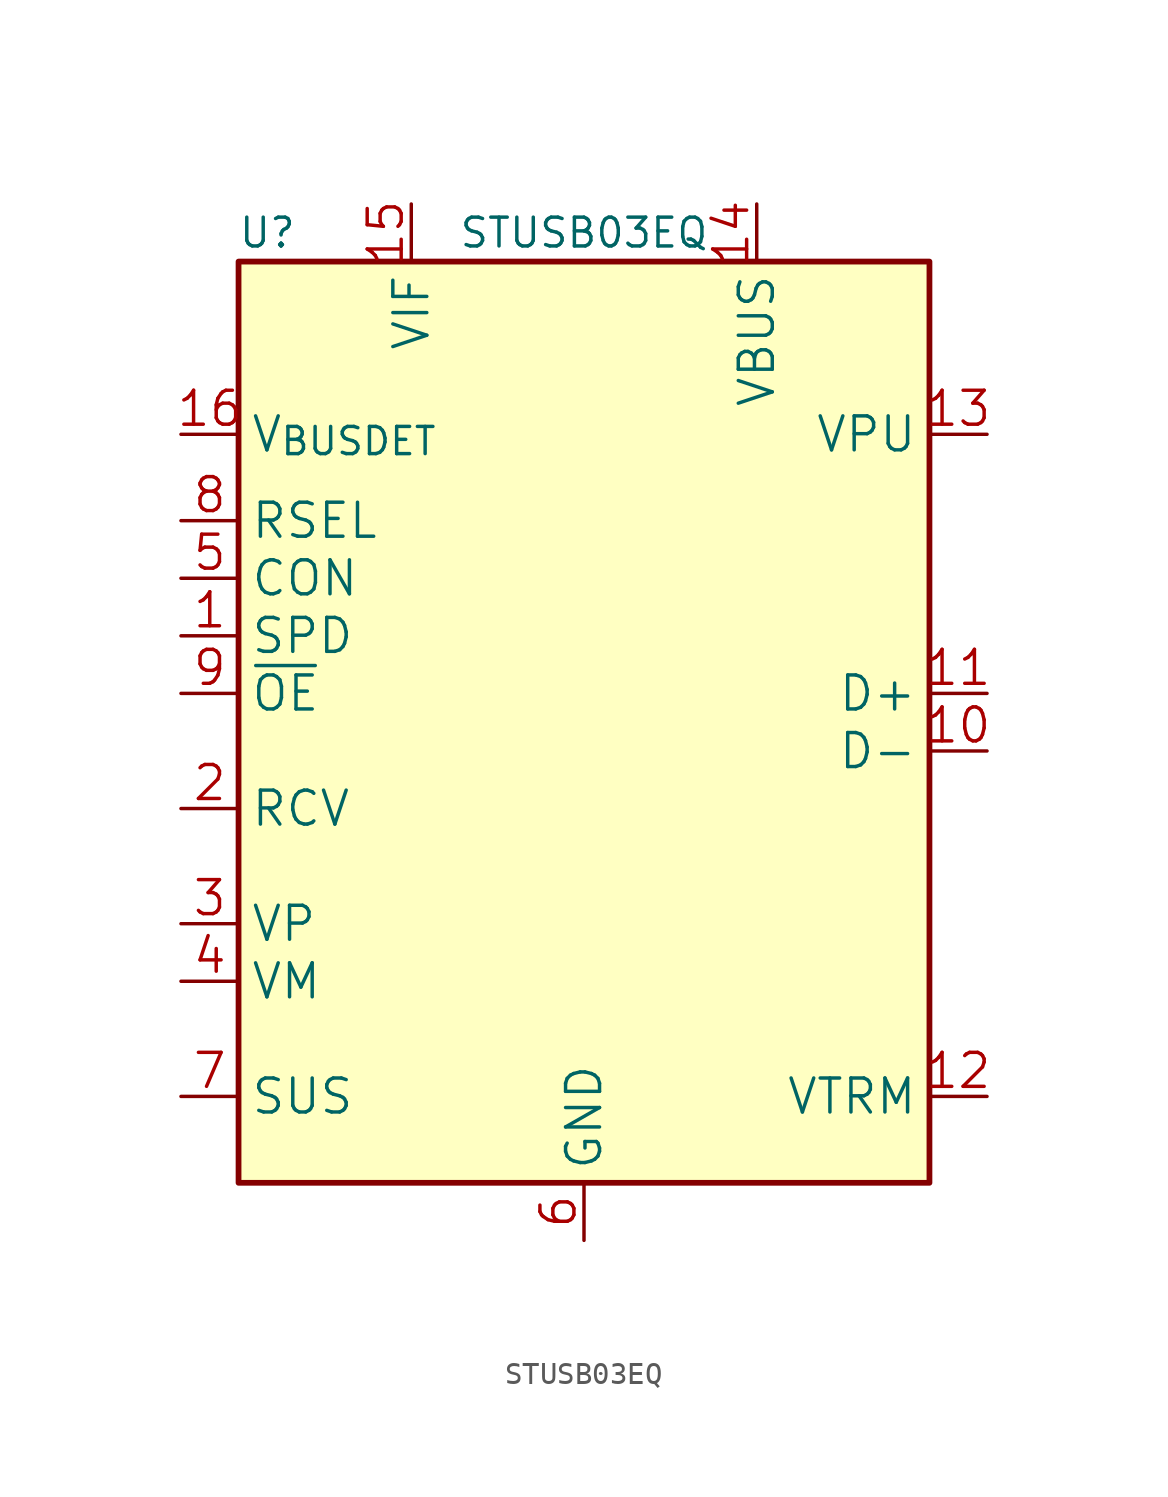
<source format=kicad_sym>
(kicad_symbol_lib
  (version 20211014)
  (generator kicad_symbol_editor)
  (symbol "STUSB03EQ"
    (property "Reference" "U"
      (at -13.97 21.59 0)
      (effects (font (size 1.27 1.27))))
    (property "Value" "STUSB03EQ"
      (at 0 21.59 0)
      (effects (font (size 1.27 1.27))))
    (symbol "STUSB03EQ_0_1"
      (rectangle (start -15.24 20.32) (end 15.24 -20.32) (stroke (width 0.254) (type default) (color 0 0 0 0)) (fill (type background))))
    (symbol "STUSB03EQ_1_1"
      (pin input line (at -17.78 3.81 0) (length 2.54) (name "SPD" (effects (font (size 1.499 1.499)))) (number "1" (effects (font (size 1.499 1.499)))))
      (pin bidirectional line (at 17.78 -1.27 180) (length 2.54) (name "D-" (effects (font (size 1.499 1.499)))) (number "10" (effects (font (size 1.499 1.499)))))
      (pin bidirectional line (at 17.78 1.27 180) (length 2.54) (name "D+" (effects (font (size 1.499 1.499)))) (number "11" (effects (font (size 1.499 1.499)))))
      (pin passive line (at 17.78 -16.51 180) (length 2.54) (name "VTRM" (effects (font (size 1.499 1.499)))) (number "12" (effects (font (size 1.499 1.499)))))
      (pin power_out line (at 17.78 12.7 180) (length 2.54) (name "VPU" (effects (font (size 1.499 1.499)))) (number "13" (effects (font (size 1.499 1.499)))))
      (pin power_in line (at 7.62 22.86 270) (length 2.54) (name "VBUS" (effects (font (size 1.499 1.499)))) (number "14" (effects (font (size 1.499 1.499)))))
      (pin input line (at -7.62 22.86 270) (length 2.54) (name "VIF" (effects (font (size 1.499 1.499)))) (number "15" (effects (font (size 1.499 1.499)))))
      (pin output line (at -17.78 12.7 0) (length 2.54) (name "V_{BUSDET}" (effects (font (size 1.499 1.499)))) (number "16" (effects (font (size 1.499 1.499)))))
      (pin no_connect line (at 15.24 -13.97 180) (length 2.54) hide (name "NC" (effects (font (size 1.499 1.499)))) (number "17" (effects (font (size 1.499 1.499)))))
      (pin output line (at -17.78 -3.81 0) (length 2.54) (name "RCV" (effects (font (size 1.499 1.499)))) (number "2" (effects (font (size 1.499 1.499)))))
      (pin bidirectional line (at -17.78 -8.89 0) (length 2.54) (name "VP" (effects (font (size 1.499 1.499)))) (number "3" (effects (font (size 1.499 1.499)))))
      (pin bidirectional line (at -17.78 -11.43 0) (length 2.54) (name "VM" (effects (font (size 1.499 1.499)))) (number "4" (effects (font (size 1.499 1.499)))))
      (pin input line (at -17.78 6.35 0) (length 2.54) (name "CON" (effects (font (size 1.499 1.499)))) (number "5" (effects (font (size 1.499 1.499)))))
      (pin power_in line (at 0 -22.86 90) (length 2.54) (name "GND" (effects (font (size 1.499 1.499)))) (number "6" (effects (font (size 1.499 1.499)))))
      (pin input line (at -17.78 -16.51 0) (length 2.54) (name "SUS" (effects (font (size 1.499 1.499)))) (number "7" (effects (font (size 1.499 1.499)))))
      (pin input line (at -17.78 8.89 0) (length 2.54) (name "RSEL" (effects (font (size 1.499 1.499)))) (number "8" (effects (font (size 1.499 1.499)))))
      (pin output line (at -17.78 1.27 0) (length 2.54) (name "~{OE}" (effects (font (size 1.499 1.499)))) (number "9" (effects (font (size 1.499 1.499))))))))
</source>
